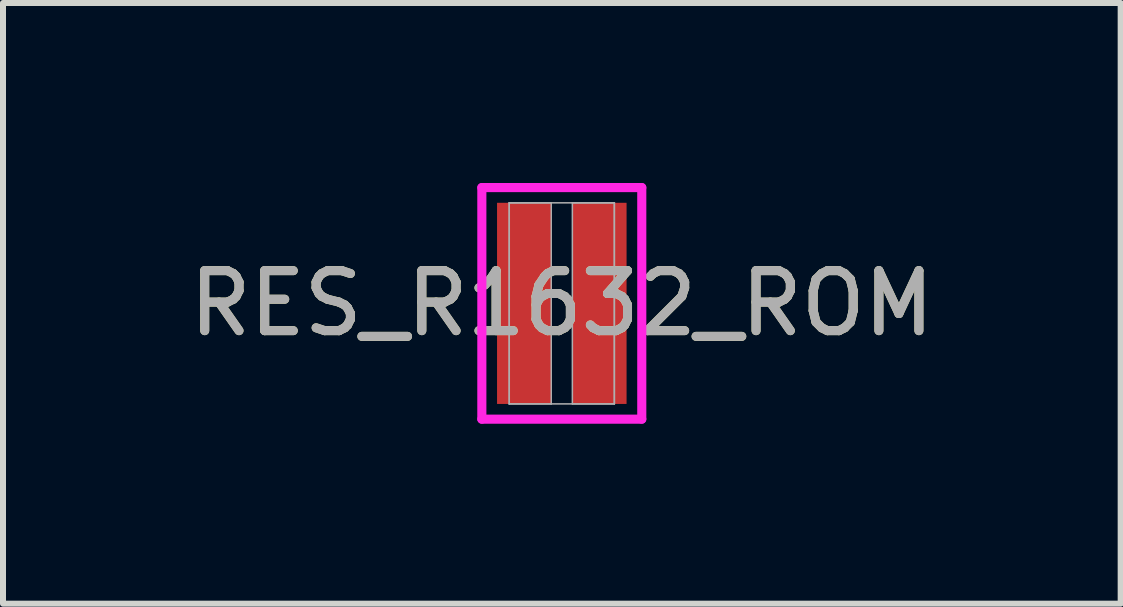
<source format=kicad_pcb>
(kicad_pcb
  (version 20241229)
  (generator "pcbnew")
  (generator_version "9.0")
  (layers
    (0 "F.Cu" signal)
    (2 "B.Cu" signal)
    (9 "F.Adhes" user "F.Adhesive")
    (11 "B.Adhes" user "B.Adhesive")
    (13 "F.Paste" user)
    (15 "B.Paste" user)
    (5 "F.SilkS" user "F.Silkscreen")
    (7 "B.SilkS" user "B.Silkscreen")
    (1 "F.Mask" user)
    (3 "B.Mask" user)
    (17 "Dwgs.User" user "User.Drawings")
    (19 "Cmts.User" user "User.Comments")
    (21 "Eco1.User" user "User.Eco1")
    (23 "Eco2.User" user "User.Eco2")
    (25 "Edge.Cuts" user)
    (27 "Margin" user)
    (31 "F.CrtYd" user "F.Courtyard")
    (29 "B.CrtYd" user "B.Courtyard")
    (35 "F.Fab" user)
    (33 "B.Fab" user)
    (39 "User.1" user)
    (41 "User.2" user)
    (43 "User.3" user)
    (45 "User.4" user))
  (footprint "RES_R1632_ROM"
    (layer "F.Cu")
    (at 6.315 2.007)
    (property "Reference" "RES_R1632_ROM" (at 0 0 0) (unlocked yes) (layer "F.SilkS") (effects (font (size 1 1) (thickness 0.15))))
    (attr smd)
    (fp_line (start -1.333 -1.93) (end 1.333 -1.93) (stroke (width 0.152) (type solid)) (layer "F.CrtYd"))
    (fp_line (start -1.333 1.93) (end -1.333 -1.93) (stroke (width 0.152) (type solid)) (layer "F.CrtYd"))
    (fp_line (start 1.333 -1.93) (end 1.333 1.93) (stroke (width 0.152) (type solid)) (layer "F.CrtYd"))
    (fp_line (start 1.333 1.93) (end -1.333 1.93) (stroke (width 0.152) (type solid)) (layer "F.CrtYd"))
    (fp_line (start -0.876 -1.676) (end -0.876 1.676) (stroke (width 0.025) (type solid)) (layer "F.Fab"))
    (fp_line (start -0.876 -1.676) (end -0.876 1.676) (stroke (width 0.025) (type solid)) (layer "F.Fab"))
    (fp_line (start -0.876 1.676) (end -0.176 1.676) (stroke (width 0.025) (type solid)) (layer "F.Fab"))
    (fp_line (start -0.876 1.676) (end 0.876 1.676) (stroke (width 0.025) (type solid)) (layer "F.Fab"))
    (fp_line (start -0.176 -1.676) (end -0.876 -1.676) (stroke (width 0.025) (type solid)) (layer "F.Fab"))
    (fp_line (start -0.176 1.676) (end -0.176 -1.676) (stroke (width 0.025) (type solid)) (layer "F.Fab"))
    (fp_line (start 0.176 -1.676) (end 0.176 1.676) (stroke (width 0.025) (type solid)) (layer "F.Fab"))
    (fp_line (start 0.176 1.676) (end 0.876 1.676) (stroke (width 0.025) (type solid)) (layer "F.Fab"))
    (fp_line (start 0.876 -1.676) (end -0.876 -1.676) (stroke (width 0.025) (type solid)) (layer "F.Fab"))
    (fp_line (start 0.876 -1.676) (end 0.176 -1.676) (stroke (width 0.025) (type solid)) (layer "F.Fab"))
    (fp_line (start 0.876 1.676) (end 0.876 -1.676) (stroke (width 0.025) (type solid)) (layer "F.Fab"))
    (fp_line (start 0.876 1.676) (end 0.876 -1.676) (stroke (width 0.025) (type solid)) (layer "F.Fab"))
    (fp_text user "${REFERENCE}" (at 0 0 0) (unlocked yes) (layer "F.Fab") (effects (font (size 1 1) (thickness 0.15))))
    (pad "1" smd rect (at -0.628 0) (size 0.903 3.353) (layers "F.Cu" "F.Mask" "F.Paste"))
    (pad "2" smd rect (at 0.628 0) (size 0.903 3.353) (layers "F.Cu" "F.Mask" "F.Paste"))
    (zone (net_name "") (layer "F.Cu") (hatch full 0.508) (connect_pads) (min_thickness 0.254) (filled_areas_thickness no) (keepout (tracks not_allowed) (vias not_allowed) (pads allowed) (copperpour not_allowed) (footprints allowed)) (placement (enabled no)) (fill) (polygon (pts (xy 6.19 0.381) (xy 6.441 0.381) (xy 6.441 3.632) (xy 6.19 3.632)))))
  (gr_rect
    (start -3 -3)
    (end 15.631 7.013)
    (stroke (width 0.1) (type default))
    (fill no)
    (layer "Edge.Cuts")))
</source>
